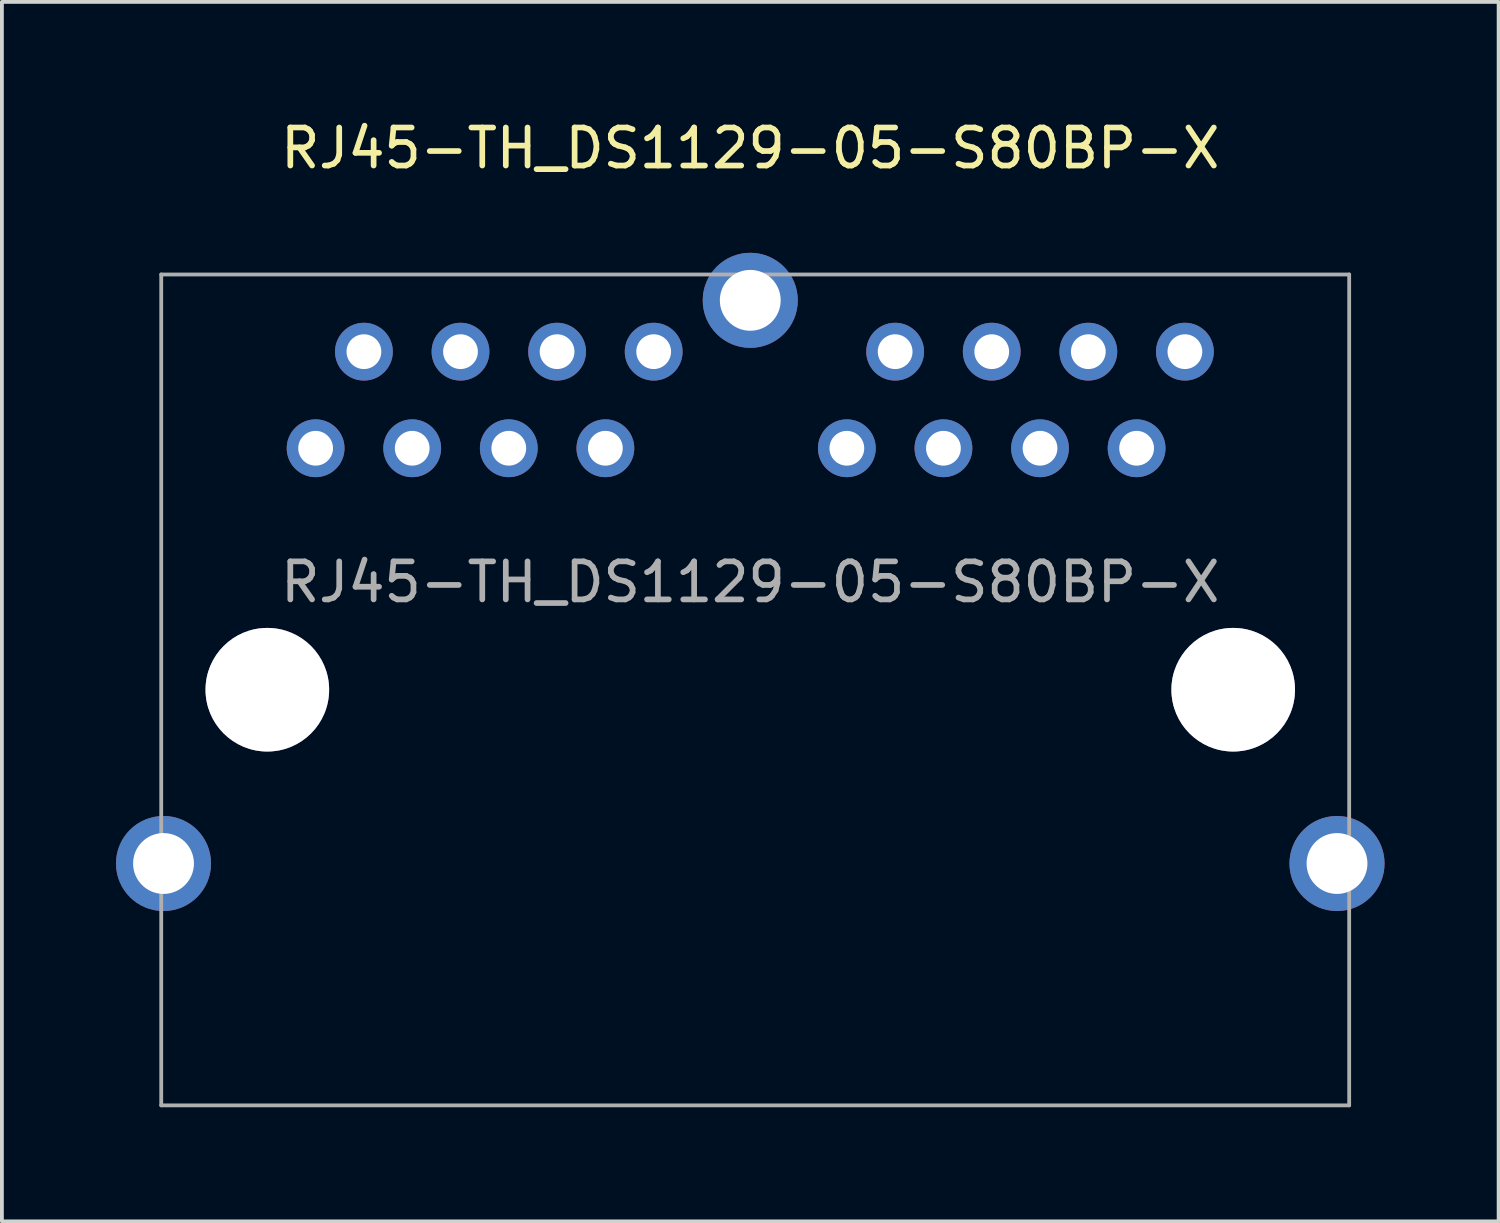
<source format=kicad_pcb>
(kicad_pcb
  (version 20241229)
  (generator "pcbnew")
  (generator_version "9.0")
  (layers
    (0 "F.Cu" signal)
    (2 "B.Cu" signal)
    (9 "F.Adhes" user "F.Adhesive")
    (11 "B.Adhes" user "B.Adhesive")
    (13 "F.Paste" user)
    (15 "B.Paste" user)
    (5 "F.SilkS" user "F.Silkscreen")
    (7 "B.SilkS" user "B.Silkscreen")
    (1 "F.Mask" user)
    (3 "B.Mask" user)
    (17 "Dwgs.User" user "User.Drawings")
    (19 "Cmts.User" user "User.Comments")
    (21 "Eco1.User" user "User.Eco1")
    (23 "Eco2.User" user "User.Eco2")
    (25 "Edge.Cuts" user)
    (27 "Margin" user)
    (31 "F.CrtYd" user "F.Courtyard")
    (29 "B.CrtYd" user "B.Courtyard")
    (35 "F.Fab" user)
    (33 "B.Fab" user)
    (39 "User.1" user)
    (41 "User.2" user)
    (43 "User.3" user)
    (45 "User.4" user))
  (footprint "RJ45-TH_DS1129-05-S80BP-X"
    (layer "F.Cu")
    (at 16.68 12.258)
    (property "Reference" "RJ45-TH_DS1129-05-S80BP-X" (at 0 -11.41 0) (layer "F.SilkS") (effects (font (size 1 1) (thickness 0.15))))
    (attr through_hole)
    (fp_circle (center -12.7 2.83) (end -11.95 2.83) (stroke (width 1.5) (type solid)) (fill no) (layer "Cmts.User"))
    (fp_circle (center 12.7 2.83) (end 13.45 2.83) (stroke (width 1.5) (type solid)) (fill no) (layer "Cmts.User"))
    (fp_line (start -15.49 13.76) (end -15.49 -8.09) (stroke (width 0.1) (type default)) (layer "F.Fab"))
    (fp_line (start 15.75 -8.09) (end -15.49 -8.09) (stroke (width 0.1) (type default)) (layer "F.Fab"))
    (fp_line (start 15.75 -8.09) (end 15.75 13.76) (stroke (width 0.1) (type default)) (layer "F.Fab"))
    (fp_line (start 15.75 13.76) (end -15.49 13.76) (stroke (width 0.1) (type default)) (layer "F.Fab"))
    (fp_text user "${REFERENCE}" (at 0 0 0) (layer "F.Fab") (effects (font (size 1 1) (thickness 0.15))))
    (pad "" thru_hole circle (at -12.7 2.83) (size 3.25 3.25) (drill 3.25) (layers "*.Cu" "*.Mask"))
    (pad "" thru_hole circle (at 12.7 2.83) (size 3.25 3.25) (drill 3.25) (layers "*.Cu" "*.Mask"))
    (pad "1" thru_hole circle (at -11.43 -3.52) (size 1.52 1.52) (drill 0.914) (layers "*.Cu" "*.Mask"))
    (pad "2" thru_hole circle (at -10.16 -6.06) (size 1.52 1.52) (drill 0.914) (layers "*.Cu" "*.Mask"))
    (pad "3" thru_hole circle (at -8.89 -3.52) (size 1.52 1.52) (drill 0.914) (layers "*.Cu" "*.Mask"))
    (pad "4" thru_hole circle (at -7.62 -6.06) (size 1.52 1.52) (drill 0.914) (layers "*.Cu" "*.Mask"))
    (pad "5" thru_hole circle (at -6.35 -3.52) (size 1.52 1.52) (drill 0.914) (layers "*.Cu" "*.Mask"))
    (pad "6" thru_hole circle (at -5.08 -6.06) (size 1.52 1.52) (drill 0.914) (layers "*.Cu" "*.Mask"))
    (pad "7" thru_hole circle (at -3.81 -3.52) (size 1.52 1.52) (drill 0.914) (layers "*.Cu" "*.Mask"))
    (pad "8" thru_hole circle (at -2.54 -6.06) (size 1.52 1.52) (drill 0.914) (layers "*.Cu" "*.Mask"))
    (pad "9" thru_hole circle (at 2.54 -3.52) (size 1.52 1.52) (drill 0.914) (layers "*.Cu" "*.Mask"))
    (pad "10" thru_hole circle (at 3.81 -6.06) (size 1.52 1.52) (drill 0.914) (layers "*.Cu" "*.Mask"))
    (pad "11" thru_hole circle (at 5.08 -3.52) (size 1.52 1.52) (drill 0.914) (layers "*.Cu" "*.Mask"))
    (pad "12" thru_hole circle (at 6.35 -6.06) (size 1.52 1.52) (drill 0.914) (layers "*.Cu" "*.Mask"))
    (pad "13" thru_hole circle (at 7.62 -3.52) (size 1.52 1.52) (drill 0.914) (layers "*.Cu" "*.Mask"))
    (pad "14" thru_hole circle (at 8.89 -6.06) (size 1.52 1.52) (drill 0.914) (layers "*.Cu" "*.Mask"))
    (pad "15" thru_hole circle (at 10.16 -3.52) (size 1.52 1.52) (drill 0.914) (layers "*.Cu" "*.Mask"))
    (pad "16" thru_hole circle (at 11.43 -6.06) (size 1.52 1.52) (drill 0.914) (layers "*.Cu" "*.Mask"))
    (pad "17" thru_hole circle (at -15.43 7.4) (size 2.5 2.5) (drill 1.6) (layers "*.Cu" "*.Mask"))
    (pad "18" thru_hole circle (at 15.43 7.4) (size 2.5 2.5) (drill 1.6) (layers "*.Cu" "*.Mask"))
    (pad "19" thru_hole circle (at 0 -7.41) (size 2.5 2.5) (drill 1.6) (layers "*.Cu" "*.Mask")))
  (gr_rect
    (start -3 -3)
    (end 36.36 29.068)
    (stroke (width 0.1) (type default))
    (fill no)
    (layer "Edge.Cuts")))
</source>
